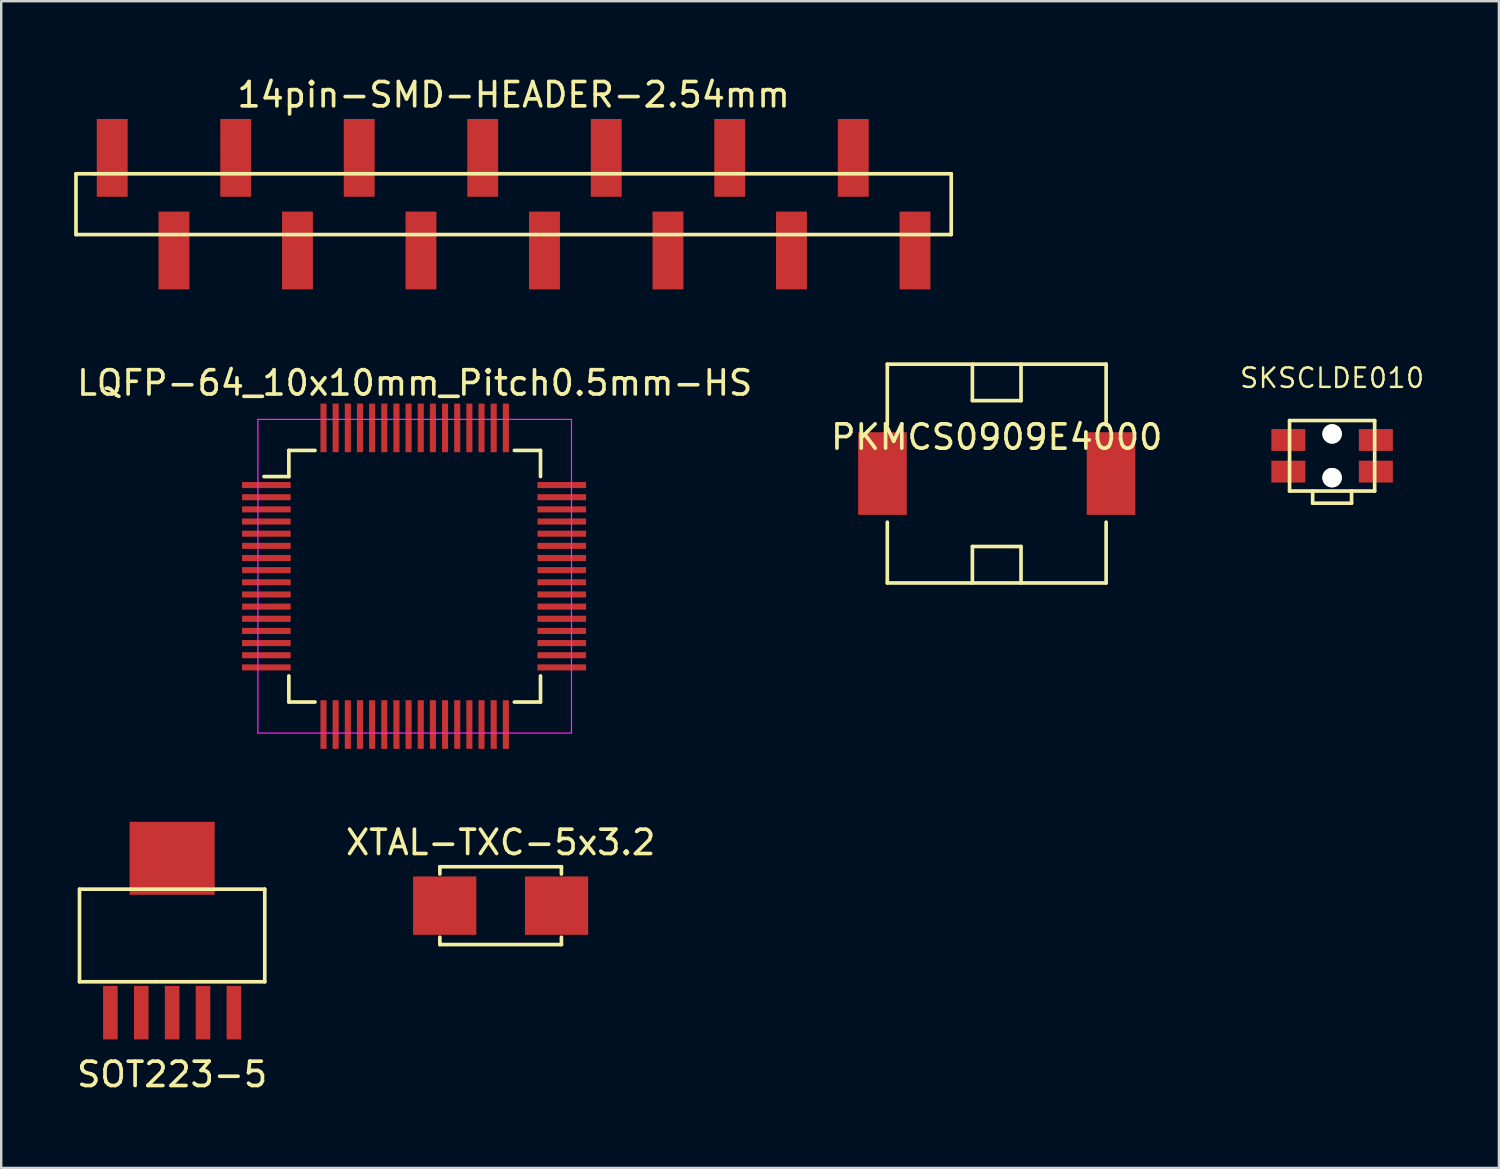
<source format=kicad_pcb>
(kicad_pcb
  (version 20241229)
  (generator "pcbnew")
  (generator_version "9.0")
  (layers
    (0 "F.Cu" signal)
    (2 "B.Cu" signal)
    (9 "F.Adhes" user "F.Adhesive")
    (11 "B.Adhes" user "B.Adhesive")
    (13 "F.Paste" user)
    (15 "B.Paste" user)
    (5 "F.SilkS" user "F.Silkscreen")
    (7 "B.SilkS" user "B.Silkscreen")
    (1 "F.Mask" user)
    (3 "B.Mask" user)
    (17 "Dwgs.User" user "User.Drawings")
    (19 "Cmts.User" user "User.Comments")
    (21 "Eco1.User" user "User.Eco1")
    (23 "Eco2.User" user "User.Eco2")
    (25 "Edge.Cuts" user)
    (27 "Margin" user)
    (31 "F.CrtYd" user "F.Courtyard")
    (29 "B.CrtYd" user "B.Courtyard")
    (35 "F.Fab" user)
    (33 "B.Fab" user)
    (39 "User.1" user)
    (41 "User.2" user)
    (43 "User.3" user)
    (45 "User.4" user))
  (footprint "14pin-SMD-HEADER-2.54mm"
    (layer "F.Cu")
    (at 18.075 5.348)
    (property "Reference" "14pin-SMD-HEADER-2.54mm" (at 0 -4.5 0) (layer "F.SilkS") (effects (font (size 1 1) (thickness 0.15))))
    (attr through_hole)
    (fp_line (start -18 -1.25) (end -17.25 -1.25) (stroke (width 0.15) (type solid)) (layer "F.SilkS"))
    (fp_line (start -18 1.25) (end -18 -1.25) (stroke (width 0.15) (type solid)) (layer "F.SilkS"))
    (fp_line (start -17.25 -1.25) (end 18 -1.25) (stroke (width 0.15) (type solid)) (layer "F.SilkS"))
    (fp_line (start 18 -1.25) (end 18 1.25) (stroke (width 0.15) (type solid)) (layer "F.SilkS"))
    (fp_line (start 18 1.25) (end -18 1.25) (stroke (width 0.15) (type solid)) (layer "F.SilkS"))
    (pad "1" smd rect (at -16.51 -1.905) (size 1.27 3.2) (layers "F.Cu" "F.Mask" "F.Paste"))
    (pad "2" smd rect (at -13.97 1.905) (size 1.27 3.2) (layers "F.Cu" "F.Mask" "F.Paste"))
    (pad "3" smd rect (at -11.43 -1.905) (size 1.27 3.2) (layers "F.Cu" "F.Mask" "F.Paste"))
    (pad "4" smd rect (at -8.89 1.905) (size 1.27 3.2) (layers "F.Cu" "F.Mask" "F.Paste"))
    (pad "5" smd rect (at -6.35 -1.905) (size 1.27 3.2) (layers "F.Cu" "F.Mask" "F.Paste"))
    (pad "6" smd rect (at -3.81 1.905) (size 1.27 3.2) (layers "F.Cu" "F.Mask" "F.Paste"))
    (pad "7" smd rect (at -1.27 -1.905) (size 1.27 3.2) (layers "F.Cu" "F.Mask" "F.Paste"))
    (pad "8" smd rect (at 1.27 1.905) (size 1.27 3.2) (layers "F.Cu" "F.Mask" "F.Paste"))
    (pad "9" smd rect (at 3.81 -1.905) (size 1.27 3.2) (layers "F.Cu" "F.Mask" "F.Paste"))
    (pad "10" smd rect (at 6.35 1.905) (size 1.27 3.2) (layers "F.Cu" "F.Mask" "F.Paste"))
    (pad "11" smd rect (at 8.89 -1.905) (size 1.27 3.2) (layers "F.Cu" "F.Mask" "F.Paste"))
    (pad "12" smd rect (at 11.43 1.905) (size 1.27 3.2) (layers "F.Cu" "F.Mask" "F.Paste"))
    (pad "13" smd rect (at 13.97 -1.905) (size 1.27 3.2) (layers "F.Cu" "F.Mask" "F.Paste"))
    (pad "14" smd rect (at 16.51 1.905) (size 1.27 3.2) (layers "F.Cu" "F.Mask" "F.Paste")))
  (footprint "SKSCLDE010"
    (layer "F.Cu")
    (at 51.741 15.697)
    (property "Reference" "SKSCLDE010" (at 0 -3.2 0) (layer "F.SilkS") (effects (font (size 0.8 0.8) (thickness 0.1))))
    (attr through_hole)
    (fp_line (start -1.75 -1.45) (end 1.75 -1.45) (stroke (width 0.15) (type solid)) (layer "F.SilkS"))
    (fp_line (start -1.75 1.45) (end -1.75 -1.45) (stroke (width 0.15) (type solid)) (layer "F.SilkS"))
    (fp_line (start -0.8 1.45) (end -0.8 1.95) (stroke (width 0.15) (type solid)) (layer "F.SilkS"))
    (fp_line (start -0.8 1.95) (end 0.8 1.95) (stroke (width 0.15) (type solid)) (layer "F.SilkS"))
    (fp_line (start 0.8 1.95) (end 0.8 1.45) (stroke (width 0.15) (type solid)) (layer "F.SilkS"))
    (fp_line (start 1.75 -1.45) (end 1.75 1.45) (stroke (width 0.15) (type solid)) (layer "F.SilkS"))
    (fp_line (start 1.75 1.45) (end -1.75 1.45) (stroke (width 0.15) (type solid)) (layer "F.SilkS"))
    (pad "" np_thru_hole circle (at 0 -0.9) (size 0.8 0.8) (drill 0.8) (layers "*.Cu" "*.Mask" "F.SilkS"))
    (pad "" np_thru_hole circle (at 0 0.9) (size 0.8 0.8) (drill 0.8) (layers "*.Cu" "*.Mask" "F.SilkS"))
    (pad "1" smd rect (at -1.8 0.65) (size 1.4 0.9) (layers "F.Cu" "F.Mask" "F.Paste"))
    (pad "1" smd rect (at 1.8 0.65) (size 1.4 0.9) (layers "F.Cu" "F.Mask" "F.Paste"))
    (pad "2" smd rect (at -1.8 -0.65) (size 1.4 0.9) (layers "F.Cu" "F.Mask" "F.Paste"))
    (pad "2" smd rect (at 1.8 -0.65) (size 1.4 0.9) (layers "F.Cu" "F.Mask" "F.Paste")))
  (footprint "PKMCS0909E4000"
    (layer "F.Cu")
    (at 37.946 16.428)
    (property "Reference" "PKMCS0909E4000" (at 0 -1.5 0) (layer "F.SilkS") (effects (font (size 1 1) (thickness 0.15))))
    (attr through_hole)
    (fp_line (start -4.5 -4.5) (end -4.5 -2) (stroke (width 0.15) (type solid)) (layer "F.SilkS"))
    (fp_line (start -4.5 -4.5) (end 4.5 -4.5) (stroke (width 0.15) (type solid)) (layer "F.SilkS"))
    (fp_line (start -4.5 2) (end -4.5 4.5) (stroke (width 0.15) (type solid)) (layer "F.SilkS"))
    (fp_line (start -4.5 4.5) (end 4.5 4.5) (stroke (width 0.15) (type solid)) (layer "F.SilkS"))
    (fp_line (start -1 -4.5) (end -1 -3) (stroke (width 0.15) (type solid)) (layer "F.SilkS"))
    (fp_line (start -1 -3) (end 1 -3) (stroke (width 0.15) (type solid)) (layer "F.SilkS"))
    (fp_line (start -1 3) (end 1 3) (stroke (width 0.15) (type solid)) (layer "F.SilkS"))
    (fp_line (start -1 4.5) (end -1 3) (stroke (width 0.15) (type solid)) (layer "F.SilkS"))
    (fp_line (start 1 -3) (end 1 -4.5) (stroke (width 0.15) (type solid)) (layer "F.SilkS"))
    (fp_line (start 1 3) (end 1 4.5) (stroke (width 0.15) (type solid)) (layer "F.SilkS"))
    (fp_line (start 4.5 -4.5) (end 4.5 -2) (stroke (width 0.15) (type solid)) (layer "F.SilkS"))
    (fp_line (start 4.5 4.5) (end 4.5 2) (stroke (width 0.15) (type solid)) (layer "F.SilkS"))
    (pad "1" smd rect (at -4.7 0) (size 2 3.4) (layers "F.Cu" "F.Mask" "F.Paste"))
    (pad "2" smd rect (at 4.7 0) (size 2 3.4) (layers "F.Cu" "F.Mask" "F.Paste")))
  (footprint "XTAL-TXC-5x3.2"
    (layer "F.Cu")
    (at 17.542 34.2)
    (property "Reference" "XTAL-TXC-5x3.2" (at 0 -2.6 0) (layer "F.SilkS") (effects (font (size 1 1) (thickness 0.15))))
    (attr through_hole)
    (fp_line (start -2.5 -1.6) (end -2.5 -1.3) (stroke (width 0.15) (type solid)) (layer "F.SilkS"))
    (fp_line (start -2.5 -1.6) (end 2.5 -1.6) (stroke (width 0.15) (type solid)) (layer "F.SilkS"))
    (fp_line (start -2.5 1.6) (end -2.5 1.3) (stroke (width 0.15) (type solid)) (layer "F.SilkS"))
    (fp_line (start 2.5 -1.6) (end 2.5 -1.3) (stroke (width 0.15) (type solid)) (layer "F.SilkS"))
    (fp_line (start 2.5 1.3) (end 2.5 1.6) (stroke (width 0.15) (type solid)) (layer "F.SilkS"))
    (fp_line (start 2.5 1.6) (end -2.5 1.6) (stroke (width 0.15) (type solid)) (layer "F.SilkS"))
    (pad "1" smd rect (at -2.3 0) (size 2.6 2.4) (layers "F.Cu" "F.Mask" "F.Paste"))
    (pad "2" smd rect (at 2.3 0) (size 2.6 2.4) (layers "F.Cu" "F.Mask" "F.Paste")))
  (footprint "LQFP-64_10x10mm_Pitch0.5mm-HS"
    (layer "F.Cu")
    (at 14.006 20.651)
    (property "Reference" "LQFP-64_10x10mm_Pitch0.5mm-HS" (at 0 -7.95 0) (layer "F.SilkS") (effects (font (size 1 1) (thickness 0.15))))
    (attr smd)
    (fp_line (start -5.175 -5.175) (end -5.175 -4.1) (stroke (width 0.15) (type solid)) (layer "F.SilkS"))
    (fp_line (start -5.175 -5.175) (end -4.1 -5.175) (stroke (width 0.15) (type solid)) (layer "F.SilkS"))
    (fp_line (start -5.175 -4.1) (end -6.2 -4.1) (stroke (width 0.15) (type solid)) (layer "F.SilkS"))
    (fp_line (start -5.175 5.175) (end -5.175 4.1) (stroke (width 0.15) (type solid)) (layer "F.SilkS"))
    (fp_line (start -5.175 5.175) (end -4.1 5.175) (stroke (width 0.15) (type solid)) (layer "F.SilkS"))
    (fp_line (start 5.175 -5.175) (end 4.1 -5.175) (stroke (width 0.15) (type solid)) (layer "F.SilkS"))
    (fp_line (start 5.175 -5.175) (end 5.175 -4.1) (stroke (width 0.15) (type solid)) (layer "F.SilkS"))
    (fp_line (start 5.175 5.175) (end 4.1 5.175) (stroke (width 0.15) (type solid)) (layer "F.SilkS"))
    (fp_line (start 5.175 5.175) (end 5.175 4.1) (stroke (width 0.15) (type solid)) (layer "F.SilkS"))
    (fp_line (start -6.45 -6.45) (end -6.45 6.45) (stroke (width 0.05) (type solid)) (layer "F.CrtYd"))
    (fp_line (start -6.45 -6.45) (end 6.45 -6.45) (stroke (width 0.05) (type solid)) (layer "F.CrtYd"))
    (fp_line (start -6.45 6.45) (end 6.45 6.45) (stroke (width 0.05) (type solid)) (layer "F.CrtYd"))
    (fp_line (start 6.45 -6.45) (end 6.45 6.45) (stroke (width 0.05) (type solid)) (layer "F.CrtYd"))
    (pad "1" smd rect (at -6.1 -3.75) (size 2 0.25) (layers "F.Cu" "F.Mask" "F.Paste"))
    (pad "2" smd rect (at -6.1 -3.25) (size 2 0.25) (layers "F.Cu" "F.Mask" "F.Paste"))
    (pad "3" smd rect (at -6.1 -2.75) (size 2 0.25) (layers "F.Cu" "F.Mask" "F.Paste"))
    (pad "4" smd rect (at -6.1 -2.25) (size 2 0.25) (layers "F.Cu" "F.Mask" "F.Paste"))
    (pad "5" smd rect (at -6.1 -1.75) (size 2 0.25) (layers "F.Cu" "F.Mask" "F.Paste"))
    (pad "6" smd rect (at -6.1 -1.25) (size 2 0.25) (layers "F.Cu" "F.Mask" "F.Paste"))
    (pad "7" smd rect (at -6.1 -0.75) (size 2 0.25) (layers "F.Cu" "F.Mask" "F.Paste"))
    (pad "8" smd rect (at -6.1 -0.25) (size 2 0.25) (layers "F.Cu" "F.Mask" "F.Paste"))
    (pad "9" smd rect (at -6.1 0.25) (size 2 0.25) (layers "F.Cu" "F.Mask" "F.Paste"))
    (pad "10" smd rect (at -6.1 0.75) (size 2 0.25) (layers "F.Cu" "F.Mask" "F.Paste"))
    (pad "11" smd rect (at -6.1 1.25) (size 2 0.25) (layers "F.Cu" "F.Mask" "F.Paste"))
    (pad "12" smd rect (at -6.1 1.75) (size 2 0.25) (layers "F.Cu" "F.Mask" "F.Paste"))
    (pad "13" smd rect (at -6.1 2.25) (size 2 0.25) (layers "F.Cu" "F.Mask" "F.Paste"))
    (pad "14" smd rect (at -6.1 2.75) (size 2 0.25) (layers "F.Cu" "F.Mask" "F.Paste"))
    (pad "15" smd rect (at -6.1 3.25) (size 2 0.25) (layers "F.Cu" "F.Mask" "F.Paste"))
    (pad "16" smd rect (at -6.1 3.75) (size 2 0.25) (layers "F.Cu" "F.Mask" "F.Paste"))
    (pad "17" smd rect (at -3.75 6.1 90) (size 2 0.25) (layers "F.Cu" "F.Mask" "F.Paste"))
    (pad "18" smd rect (at -3.25 6.1 90) (size 2 0.25) (layers "F.Cu" "F.Mask" "F.Paste"))
    (pad "19" smd rect (at -2.75 6.1 90) (size 2 0.25) (layers "F.Cu" "F.Mask" "F.Paste"))
    (pad "20" smd rect (at -2.25 6.1 90) (size 2 0.25) (layers "F.Cu" "F.Mask" "F.Paste"))
    (pad "21" smd rect (at -1.75 6.1 90) (size 2 0.25) (layers "F.Cu" "F.Mask" "F.Paste"))
    (pad "22" smd rect (at -1.25 6.1 90) (size 2 0.25) (layers "F.Cu" "F.Mask" "F.Paste"))
    (pad "23" smd rect (at -0.75 6.1 90) (size 2 0.25) (layers "F.Cu" "F.Mask" "F.Paste"))
    (pad "24" smd rect (at -0.25 6.1 90) (size 2 0.25) (layers "F.Cu" "F.Mask" "F.Paste"))
    (pad "25" smd rect (at 0.25 6.1 90) (size 2 0.25) (layers "F.Cu" "F.Mask" "F.Paste"))
    (pad "26" smd rect (at 0.75 6.1 90) (size 2 0.25) (layers "F.Cu" "F.Mask" "F.Paste"))
    (pad "27" smd rect (at 1.25 6.1 90) (size 2 0.25) (layers "F.Cu" "F.Mask" "F.Paste"))
    (pad "28" smd rect (at 1.75 6.1 90) (size 2 0.25) (layers "F.Cu" "F.Mask" "F.Paste"))
    (pad "29" smd rect (at 2.25 6.1 90) (size 2 0.25) (layers "F.Cu" "F.Mask" "F.Paste"))
    (pad "30" smd rect (at 2.75 6.1 90) (size 2 0.25) (layers "F.Cu" "F.Mask" "F.Paste"))
    (pad "31" smd rect (at 3.25 6.1 90) (size 2 0.25) (layers "F.Cu" "F.Mask" "F.Paste"))
    (pad "32" smd rect (at 3.75 6.1 90) (size 2 0.25) (layers "F.Cu" "F.Mask" "F.Paste"))
    (pad "33" smd rect (at 6.05 3.75) (size 2 0.25) (layers "F.Cu" "F.Mask" "F.Paste"))
    (pad "34" smd rect (at 6.05 3.25) (size 2 0.25) (layers "F.Cu" "F.Mask" "F.Paste"))
    (pad "35" smd rect (at 6.05 2.75) (size 2 0.25) (layers "F.Cu" "F.Mask" "F.Paste"))
    (pad "36" smd rect (at 6.05 2.25) (size 2 0.25) (layers "F.Cu" "F.Mask" "F.Paste"))
    (pad "37" smd rect (at 6.05 1.75) (size 2 0.25) (layers "F.Cu" "F.Mask" "F.Paste"))
    (pad "38" smd rect (at 6.05 1.25) (size 2 0.25) (layers "F.Cu" "F.Mask" "F.Paste"))
    (pad "39" smd rect (at 6.05 0.75) (size 2 0.25) (layers "F.Cu" "F.Mask" "F.Paste"))
    (pad "40" smd rect (at 6.05 0.25) (size 2 0.25) (layers "F.Cu" "F.Mask" "F.Paste"))
    (pad "41" smd rect (at 6.05 -0.25) (size 2 0.25) (layers "F.Cu" "F.Mask" "F.Paste"))
    (pad "42" smd rect (at 6.05 -0.75) (size 2 0.25) (layers "F.Cu" "F.Mask" "F.Paste"))
    (pad "43" smd rect (at 6.05 -1.25) (size 2 0.25) (layers "F.Cu" "F.Mask" "F.Paste"))
    (pad "44" smd rect (at 6.05 -1.75) (size 2 0.25) (layers "F.Cu" "F.Mask" "F.Paste"))
    (pad "45" smd rect (at 6.05 -2.25) (size 2 0.25) (layers "F.Cu" "F.Mask" "F.Paste"))
    (pad "46" smd rect (at 6.05 -2.75) (size 2 0.25) (layers "F.Cu" "F.Mask" "F.Paste"))
    (pad "47" smd rect (at 6.05 -3.25) (size 2 0.25) (layers "F.Cu" "F.Mask" "F.Paste"))
    (pad "48" smd rect (at 6.05 -3.75) (size 2 0.25) (layers "F.Cu" "F.Mask" "F.Paste"))
    (pad "49" smd rect (at 3.75 -6.1 90) (size 2 0.25) (layers "F.Cu" "F.Mask" "F.Paste"))
    (pad "50" smd rect (at 3.25 -6.1 90) (size 2 0.25) (layers "F.Cu" "F.Mask" "F.Paste"))
    (pad "51" smd rect (at 2.75 -6.1 90) (size 2 0.25) (layers "F.Cu" "F.Mask" "F.Paste"))
    (pad "52" smd rect (at 2.25 -6.1 90) (size 2 0.25) (layers "F.Cu" "F.Mask" "F.Paste"))
    (pad "53" smd rect (at 1.75 -6.1 90) (size 2 0.25) (layers "F.Cu" "F.Mask" "F.Paste"))
    (pad "54" smd rect (at 1.25 -6.1 90) (size 2 0.25) (layers "F.Cu" "F.Mask" "F.Paste"))
    (pad "55" smd rect (at 0.75 -6.1 90) (size 2 0.25) (layers "F.Cu" "F.Mask" "F.Paste"))
    (pad "56" smd rect (at 0.25 -6.1 90) (size 2 0.25) (layers "F.Cu" "F.Mask" "F.Paste"))
    (pad "57" smd rect (at -0.25 -6.1 90) (size 2 0.25) (layers "F.Cu" "F.Mask" "F.Paste"))
    (pad "58" smd rect (at -0.75 -6.1 90) (size 2 0.25) (layers "F.Cu" "F.Mask" "F.Paste"))
    (pad "59" smd rect (at -1.25 -6.1 90) (size 2 0.25) (layers "F.Cu" "F.Mask" "F.Paste"))
    (pad "60" smd rect (at -1.75 -6.1 90) (size 2 0.25) (layers "F.Cu" "F.Mask" "F.Paste"))
    (pad "61" smd rect (at -2.25 -6.1 90) (size 2 0.25) (layers "F.Cu" "F.Mask" "F.Paste"))
    (pad "62" smd rect (at -2.75 -6.1 90) (size 2 0.25) (layers "F.Cu" "F.Mask" "F.Paste"))
    (pad "63" smd rect (at -3.25 -6.1 90) (size 2 0.25) (layers "F.Cu" "F.Mask" "F.Paste"))
    (pad "64" smd rect (at -3.75 -6.1 90) (size 2 0.25) (layers "F.Cu" "F.Mask" "F.Paste")))
  (footprint "SOT223-5"
    (layer "F.Cu")
    (at 4.03 38.602)
    (property "Reference" "SOT223-5" (at 0 2.54 0) (layer "F.SilkS") (effects (font (size 1 1) (thickness 0.15))))
    (attr through_hole)
    (fp_line (start -3.81 -5.08) (end 3.81 -5.08) (stroke (width 0.15) (type solid)) (layer "F.SilkS"))
    (fp_line (start -3.81 -1.27) (end -3.81 -5.08) (stroke (width 0.15) (type solid)) (layer "F.SilkS"))
    (fp_line (start 3.81 -5.08) (end 3.81 -1.27) (stroke (width 0.15) (type solid)) (layer "F.SilkS"))
    (fp_line (start 3.81 -1.27) (end -3.81 -1.27) (stroke (width 0.15) (type solid)) (layer "F.SilkS"))
    (pad "1" smd rect (at -2.54 0) (size 0.6 2.2) (layers "F.Cu" "F.Mask" "F.Paste"))
    (pad "2" smd rect (at -1.27 0) (size 0.6 2.2) (layers "F.Cu" "F.Mask" "F.Paste"))
    (pad "3" smd rect (at 0 -6.35) (size 3.5 3) (layers "F.Cu" "F.Mask" "F.Paste"))
    (pad "3" smd rect (at 0 0) (size 0.6 2.2) (layers "F.Cu" "F.Mask" "F.Paste"))
    (pad "4" smd rect (at 1.27 0) (size 0.6 2.2) (layers "F.Cu" "F.Mask" "F.Paste"))
    (pad "5" smd rect (at 2.54 0) (size 0.6 2.2) (layers "F.Cu" "F.Mask" "F.Paste")))
  (gr_rect
    (start -3 -3)
    (end 58.602 44.99)
    (stroke (width 0.1) (type default))
    (fill no)
    (layer "Edge.Cuts")))
</source>
